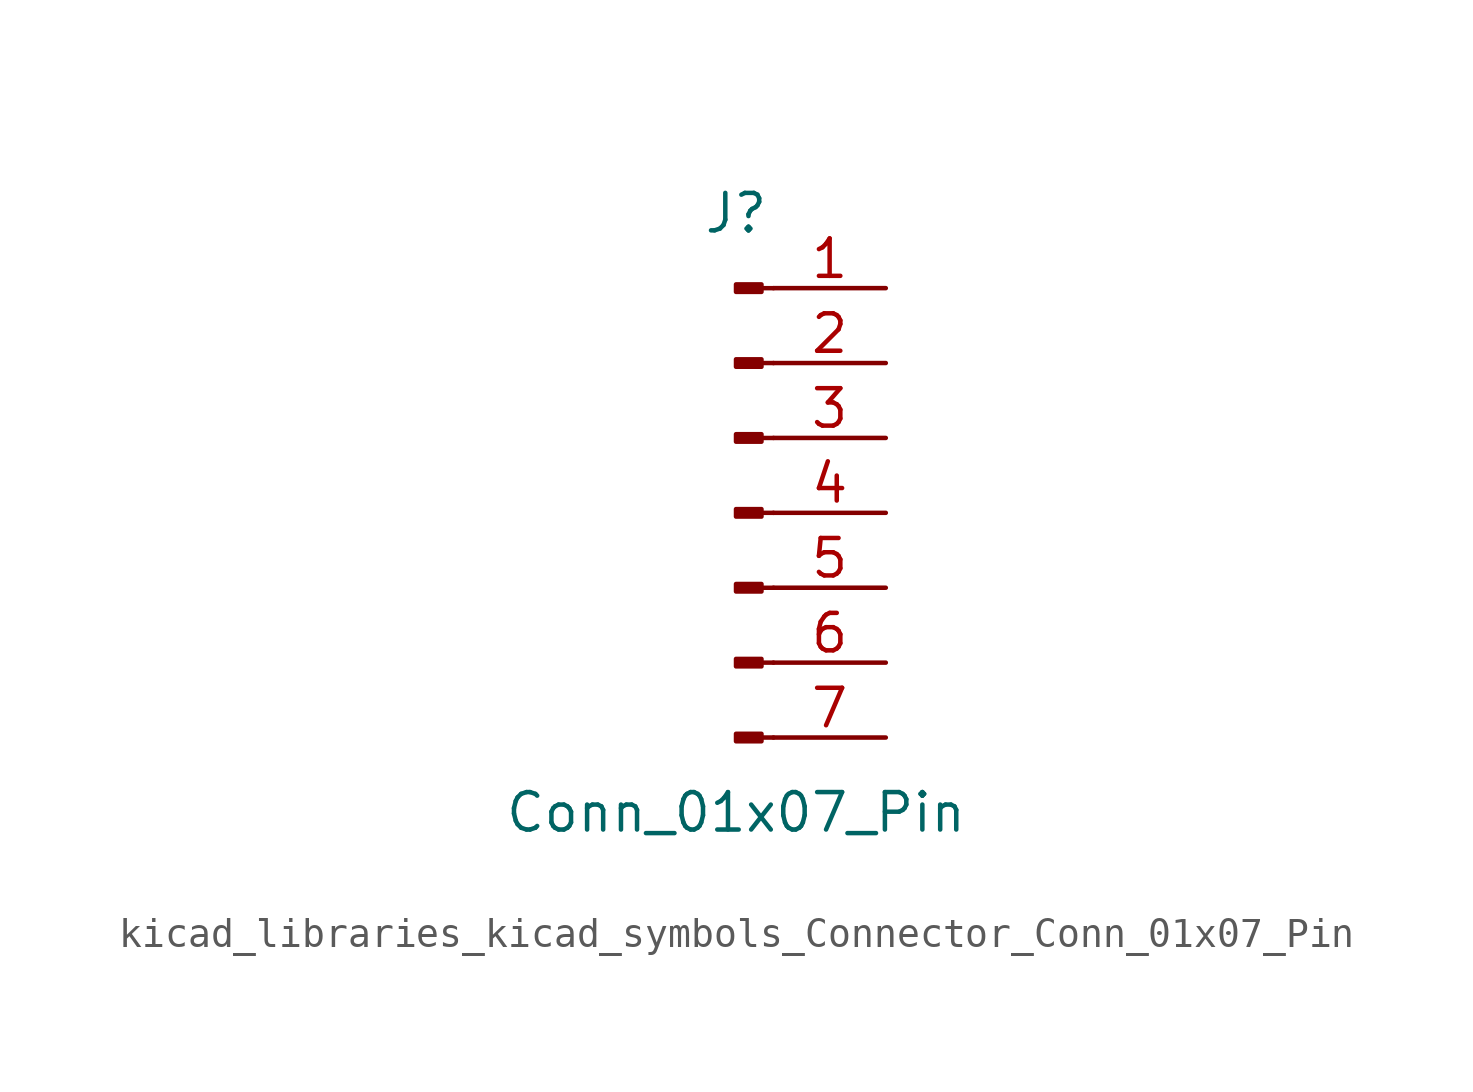
<source format=kicad_sym>
(kicad_symbol_lib
  (version 20220914)
  (generator kicad_symbol_editor)
  (symbol "kicad_libraries_kicad_symbols_Connector_Conn_01x07_Pin"
    (pin_names
      (offset 1.016) hide)
    (property "Reference" "J"
      (at 0 10.16 0)
      (effects (font (size 1.27 1.27))))
    (property "Value" "Conn_01x07_Pin"
      (at 0 -10.16 0)
      (effects (font (size 1.27 1.27))))
    (property "ki_locked" ""
      (at 0 0 0)
      (effects (font (size 1.27 1.27))))
    (symbol "kicad_libraries_kicad_symbols_Connector_Conn_01x07_Pin_1_1"
      (polyline (pts (xy 1.27 -7.62) (xy 0.864 -7.62)) (stroke (width 0.152) (type default)) (fill (type none)))
      (polyline (pts (xy 1.27 -5.08) (xy 0.864 -5.08)) (stroke (width 0.152) (type default)) (fill (type none)))
      (polyline (pts (xy 1.27 -2.54) (xy 0.864 -2.54)) (stroke (width 0.152) (type default)) (fill (type none)))
      (polyline (pts (xy 1.27 0) (xy 0.864 0)) (stroke (width 0.152) (type default)) (fill (type none)))
      (polyline (pts (xy 1.27 2.54) (xy 0.864 2.54)) (stroke (width 0.152) (type default)) (fill (type none)))
      (polyline (pts (xy 1.27 5.08) (xy 0.864 5.08)) (stroke (width 0.152) (type default)) (fill (type none)))
      (polyline (pts (xy 1.27 7.62) (xy 0.864 7.62)) (stroke (width 0.152) (type default)) (fill (type none)))
      (rectangle (start 0.864 -7.493) (end 0 -7.747) (stroke (width 0.152) (type default)) (fill (type outline)))
      (rectangle (start 0.864 -4.953) (end 0 -5.207) (stroke (width 0.152) (type default)) (fill (type outline)))
      (rectangle (start 0.864 -2.413) (end 0 -2.667) (stroke (width 0.152) (type default)) (fill (type outline)))
      (rectangle (start 0.864 0.127) (end 0 -0.127) (stroke (width 0.152) (type default)) (fill (type outline)))
      (rectangle (start 0.864 2.667) (end 0 2.413) (stroke (width 0.152) (type default)) (fill (type outline)))
      (rectangle (start 0.864 5.207) (end 0 4.953) (stroke (width 0.152) (type default)) (fill (type outline)))
      (rectangle (start 0.864 7.747) (end 0 7.493) (stroke (width 0.152) (type default)) (fill (type outline)))
      (pin passive line (at 5.08 7.62 180) (length 3.81) (name "Pin_1" (effects (font (size 1.27 1.27)))) (number "1" (effects (font (size 1.27 1.27)))))
      (pin passive line (at 5.08 5.08 180) (length 3.81) (name "Pin_2" (effects (font (size 1.27 1.27)))) (number "2" (effects (font (size 1.27 1.27)))))
      (pin passive line (at 5.08 2.54 180) (length 3.81) (name "Pin_3" (effects (font (size 1.27 1.27)))) (number "3" (effects (font (size 1.27 1.27)))))
      (pin passive line (at 5.08 0 180) (length 3.81) (name "Pin_4" (effects (font (size 1.27 1.27)))) (number "4" (effects (font (size 1.27 1.27)))))
      (pin passive line (at 5.08 -2.54 180) (length 3.81) (name "Pin_5" (effects (font (size 1.27 1.27)))) (number "5" (effects (font (size 1.27 1.27)))))
      (pin passive line (at 5.08 -5.08 180) (length 3.81) (name "Pin_6" (effects (font (size 1.27 1.27)))) (number "6" (effects (font (size 1.27 1.27)))))
      (pin passive line (at 5.08 -7.62 180) (length 3.81) (name "Pin_7" (effects (font (size 1.27 1.27)))) (number "7" (effects (font (size 1.27 1.27))))))))
</source>
